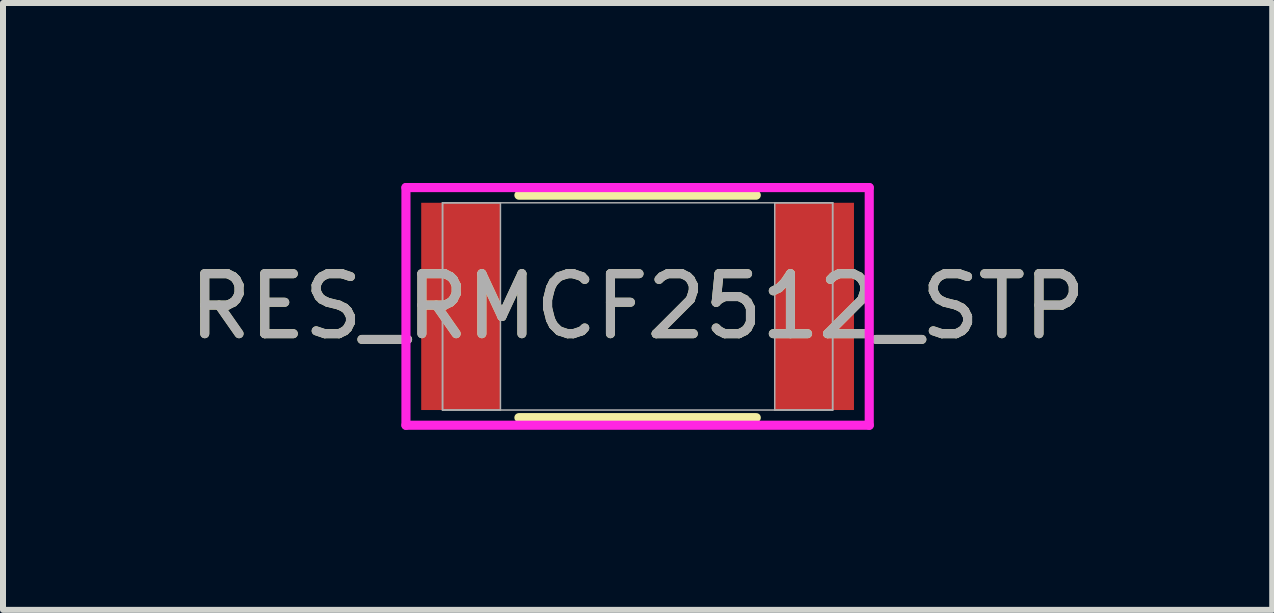
<source format=kicad_pcb>
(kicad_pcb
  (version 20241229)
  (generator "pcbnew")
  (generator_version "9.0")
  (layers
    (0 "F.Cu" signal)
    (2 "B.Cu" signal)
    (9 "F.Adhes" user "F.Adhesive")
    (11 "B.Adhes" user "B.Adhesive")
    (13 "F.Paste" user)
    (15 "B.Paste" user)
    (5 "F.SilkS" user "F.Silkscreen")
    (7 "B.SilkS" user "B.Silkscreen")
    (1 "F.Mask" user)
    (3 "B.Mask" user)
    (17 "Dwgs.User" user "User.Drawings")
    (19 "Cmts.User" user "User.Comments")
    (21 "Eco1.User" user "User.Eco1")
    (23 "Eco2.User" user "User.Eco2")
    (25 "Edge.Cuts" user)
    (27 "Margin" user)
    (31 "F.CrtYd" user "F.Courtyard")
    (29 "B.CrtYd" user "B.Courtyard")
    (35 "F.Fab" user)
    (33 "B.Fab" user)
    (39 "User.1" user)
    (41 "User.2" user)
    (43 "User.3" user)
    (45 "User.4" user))
  (footprint "RES_RMCF2512_STP"
    (layer "F.Cu")
    (at 7.577 2.057)
    (property "Reference" "RES_RMCF2512_STP" (at 0 0 0) (unlocked yes) (layer "F.SilkS") (effects (font (size 1 1) (thickness 0.15))))
    (attr smd)
    (fp_line (start -1.978 1.854) (end 1.978 1.854) (stroke (width 0.152) (type solid)) (layer "F.SilkS"))
    (fp_line (start 1.978 -1.854) (end -1.978 -1.854) (stroke (width 0.152) (type solid)) (layer "F.SilkS"))
    (fp_line (start -3.861 -1.981) (end 3.861 -1.981) (stroke (width 0.152) (type solid)) (layer "F.CrtYd"))
    (fp_line (start -3.861 1.981) (end -3.861 -1.981) (stroke (width 0.152) (type solid)) (layer "F.CrtYd"))
    (fp_line (start 3.861 -1.981) (end 3.861 1.981) (stroke (width 0.152) (type solid)) (layer "F.CrtYd"))
    (fp_line (start 3.861 1.981) (end -3.861 1.981) (stroke (width 0.152) (type solid)) (layer "F.CrtYd"))
    (fp_line (start -3.251 -1.727) (end -3.251 1.727) (stroke (width 0.025) (type solid)) (layer "F.Fab"))
    (fp_line (start -3.251 -1.727) (end -3.251 1.727) (stroke (width 0.025) (type solid)) (layer "F.Fab"))
    (fp_line (start -3.251 1.727) (end -2.286 1.727) (stroke (width 0.025) (type solid)) (layer "F.Fab"))
    (fp_line (start -3.251 1.727) (end 3.251 1.727) (stroke (width 0.025) (type solid)) (layer "F.Fab"))
    (fp_line (start -2.286 -1.727) (end -3.251 -1.727) (stroke (width 0.025) (type solid)) (layer "F.Fab"))
    (fp_line (start -2.286 1.727) (end -2.286 -1.727) (stroke (width 0.025) (type solid)) (layer "F.Fab"))
    (fp_line (start 2.286 -1.727) (end 2.286 1.727) (stroke (width 0.025) (type solid)) (layer "F.Fab"))
    (fp_line (start 2.286 1.727) (end 3.251 1.727) (stroke (width 0.025) (type solid)) (layer "F.Fab"))
    (fp_line (start 3.251 -1.727) (end -3.251 -1.727) (stroke (width 0.025) (type solid)) (layer "F.Fab"))
    (fp_line (start 3.251 -1.727) (end 2.286 -1.727) (stroke (width 0.025) (type solid)) (layer "F.Fab"))
    (fp_line (start 3.251 1.727) (end 3.251 -1.727) (stroke (width 0.025) (type solid)) (layer "F.Fab"))
    (fp_line (start 3.251 1.727) (end 3.251 -1.727) (stroke (width 0.025) (type solid)) (layer "F.Fab"))
    (fp_text user "${REFERENCE}" (at 0 0 0) (unlocked yes) (layer "F.Fab") (effects (font (size 1 1) (thickness 0.15))))
    (pad "1" smd rect (at -2.946 0) (size 1.321 3.454) (layers "F.Cu" "F.Mask" "F.Paste"))
    (pad "2" smd rect (at 2.946 0) (size 1.321 3.454) (layers "F.Cu" "F.Mask" "F.Paste"))
    (zone (net_name "") (layer "F.Cu") (hatch full 0.508) (connect_pads) (min_thickness 0.254) (filled_areas_thickness no) (keepout (tracks not_allowed) (vias not_allowed) (pads allowed) (copperpour not_allowed) (footprints allowed)) (placement (enabled no)) (fill) (polygon (pts (xy 5.342 0.381) (xy 9.813 0.381) (xy 9.813 3.734) (xy 5.342 3.734)))))
  (gr_rect
    (start -3 -3)
    (end 18.155 7.115)
    (stroke (width 0.1) (type default))
    (fill no)
    (layer "Edge.Cuts")))
</source>
